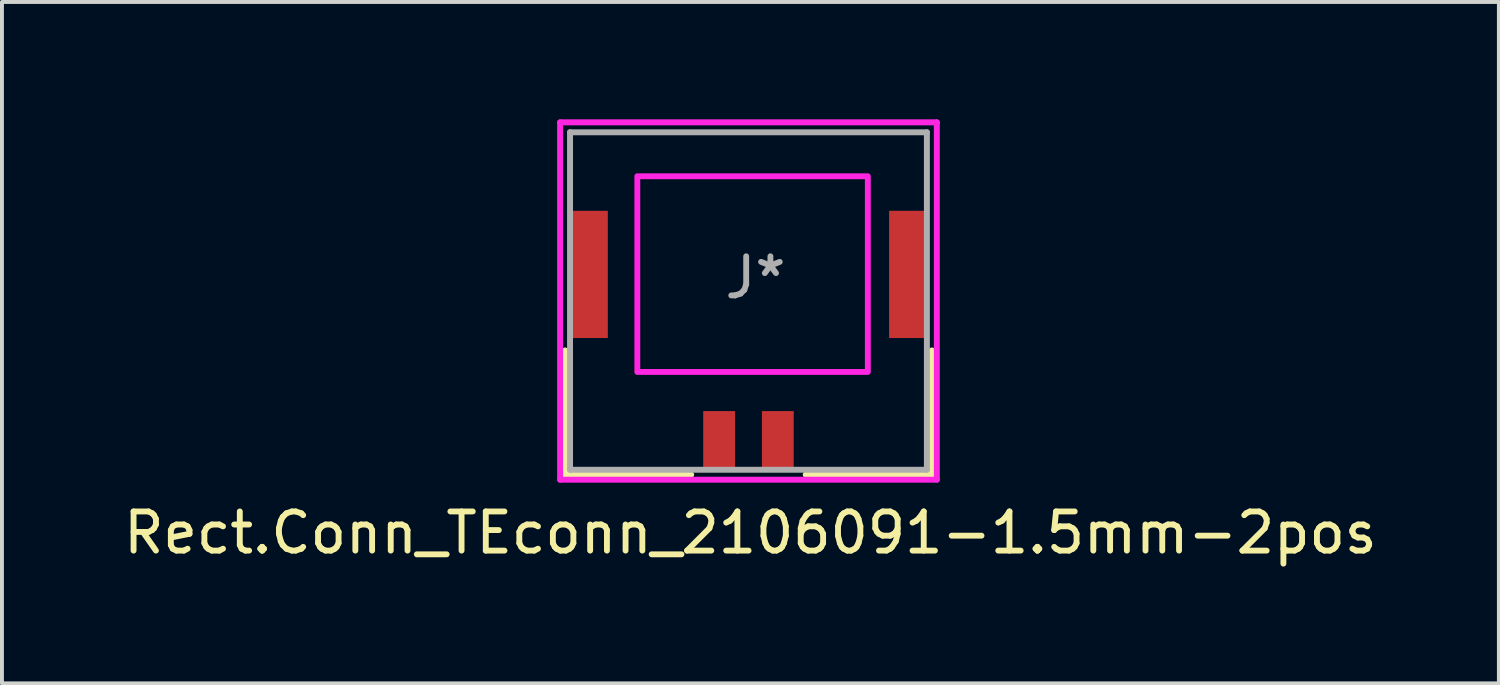
<source format=kicad_pcb>
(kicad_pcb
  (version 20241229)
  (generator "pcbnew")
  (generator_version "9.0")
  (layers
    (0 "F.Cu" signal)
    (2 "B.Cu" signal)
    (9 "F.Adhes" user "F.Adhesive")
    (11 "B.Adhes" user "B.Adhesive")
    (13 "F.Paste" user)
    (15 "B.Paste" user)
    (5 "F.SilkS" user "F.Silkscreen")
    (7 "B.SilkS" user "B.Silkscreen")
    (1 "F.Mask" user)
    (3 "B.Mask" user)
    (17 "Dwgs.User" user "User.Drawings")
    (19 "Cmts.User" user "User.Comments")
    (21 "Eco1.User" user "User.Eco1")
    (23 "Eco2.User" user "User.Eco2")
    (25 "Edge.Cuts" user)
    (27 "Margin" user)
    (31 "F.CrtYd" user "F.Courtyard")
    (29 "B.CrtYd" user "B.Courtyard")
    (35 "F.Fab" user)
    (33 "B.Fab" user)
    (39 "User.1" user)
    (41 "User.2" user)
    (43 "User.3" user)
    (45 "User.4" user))
  (footprint "Rect.Conn_TEconn_2106091-1.5mm-2pos"
    (layer "F.Cu")
    (at 16.075 3.954)
    (property "Reference" "Rect.Conn_TEconn_2106091-1.5mm-2pos" (at 0.05 6.61 0) (layer "F.SilkS") (effects (font (size 1 1) (thickness 0.15))))
    (attr through_hole)
    (fp_line (start -4.686 1.951) (end -4.686 5.126) (stroke (width 0.152) (type solid)) (layer "F.SilkS"))
    (fp_line (start -4.686 5.126) (end -1.464 5.126) (stroke (width 0.152) (type solid)) (layer "F.SilkS"))
    (fp_line (start 1.464 5.126) (end 4.686 5.126) (stroke (width 0.152) (type solid)) (layer "F.SilkS"))
    (fp_line (start 4.686 5.126) (end 4.686 1.951) (stroke (width 0.152) (type solid)) (layer "F.SilkS"))
    (fp_line (start -4.813 -3.878) (end -4.813 5.253) (stroke (width 0.152) (type solid)) (layer "F.CrtYd"))
    (fp_line (start -4.813 5.253) (end 4.813 5.253) (stroke (width 0.152) (type solid)) (layer "F.CrtYd"))
    (fp_line (start 4.813 -3.878) (end -4.813 -3.878) (stroke (width 0.152) (type solid)) (layer "F.CrtYd"))
    (fp_line (start 4.813 5.253) (end 4.813 -3.878) (stroke (width 0.152) (type solid)) (layer "F.CrtYd"))
    (fp_poly (pts (xy -2.84 -2.5) (xy 3.05 -2.5) (xy 3.05 2.5) (xy -2.84 2.5)) (stroke (width 0.15) (type solid)) (fill no) (layer "F.CrtYd"))
    (fp_line (start -4.559 -3.624) (end -4.559 4.999) (stroke (width 0.152) (type solid)) (layer "F.Fab"))
    (fp_line (start -4.559 4.999) (end 4.559 4.999) (stroke (width 0.152) (type solid)) (layer "F.Fab"))
    (fp_line (start 4.559 -3.624) (end -4.559 -3.624) (stroke (width 0.152) (type solid)) (layer "F.Fab"))
    (fp_line (start 4.559 4.999) (end 4.559 -3.624) (stroke (width 0.152) (type solid)) (layer "F.Fab"))
    (fp_text user "J*" (at 0.18 0.09 0) (layer "F.Fab") (effects (font (size 1 1) (thickness 0.15))))
    (pad "1" smd rect (at -0.75 4.25) (size 0.813 1.499) (layers "F.Cu" "F.Mask" "F.Paste"))
    (pad "2" smd rect (at 0.75 4.25) (size 0.813 1.499) (layers "F.Cu" "F.Mask" "F.Paste"))
    (pad "3" smd rect (at -4.089 0.008) (size 0.991 3.251) (layers "F.Cu" "F.Mask" "F.Paste"))
    (pad "4" smd rect (at 4.089 0.008) (size 0.991 3.251) (layers "F.Cu" "F.Mask" "F.Paste")))
  (gr_rect
    (start -3 -3)
    (end 35.25 14.412)
    (stroke (width 0.1) (type default))
    (fill no)
    (layer "Edge.Cuts")))
</source>
